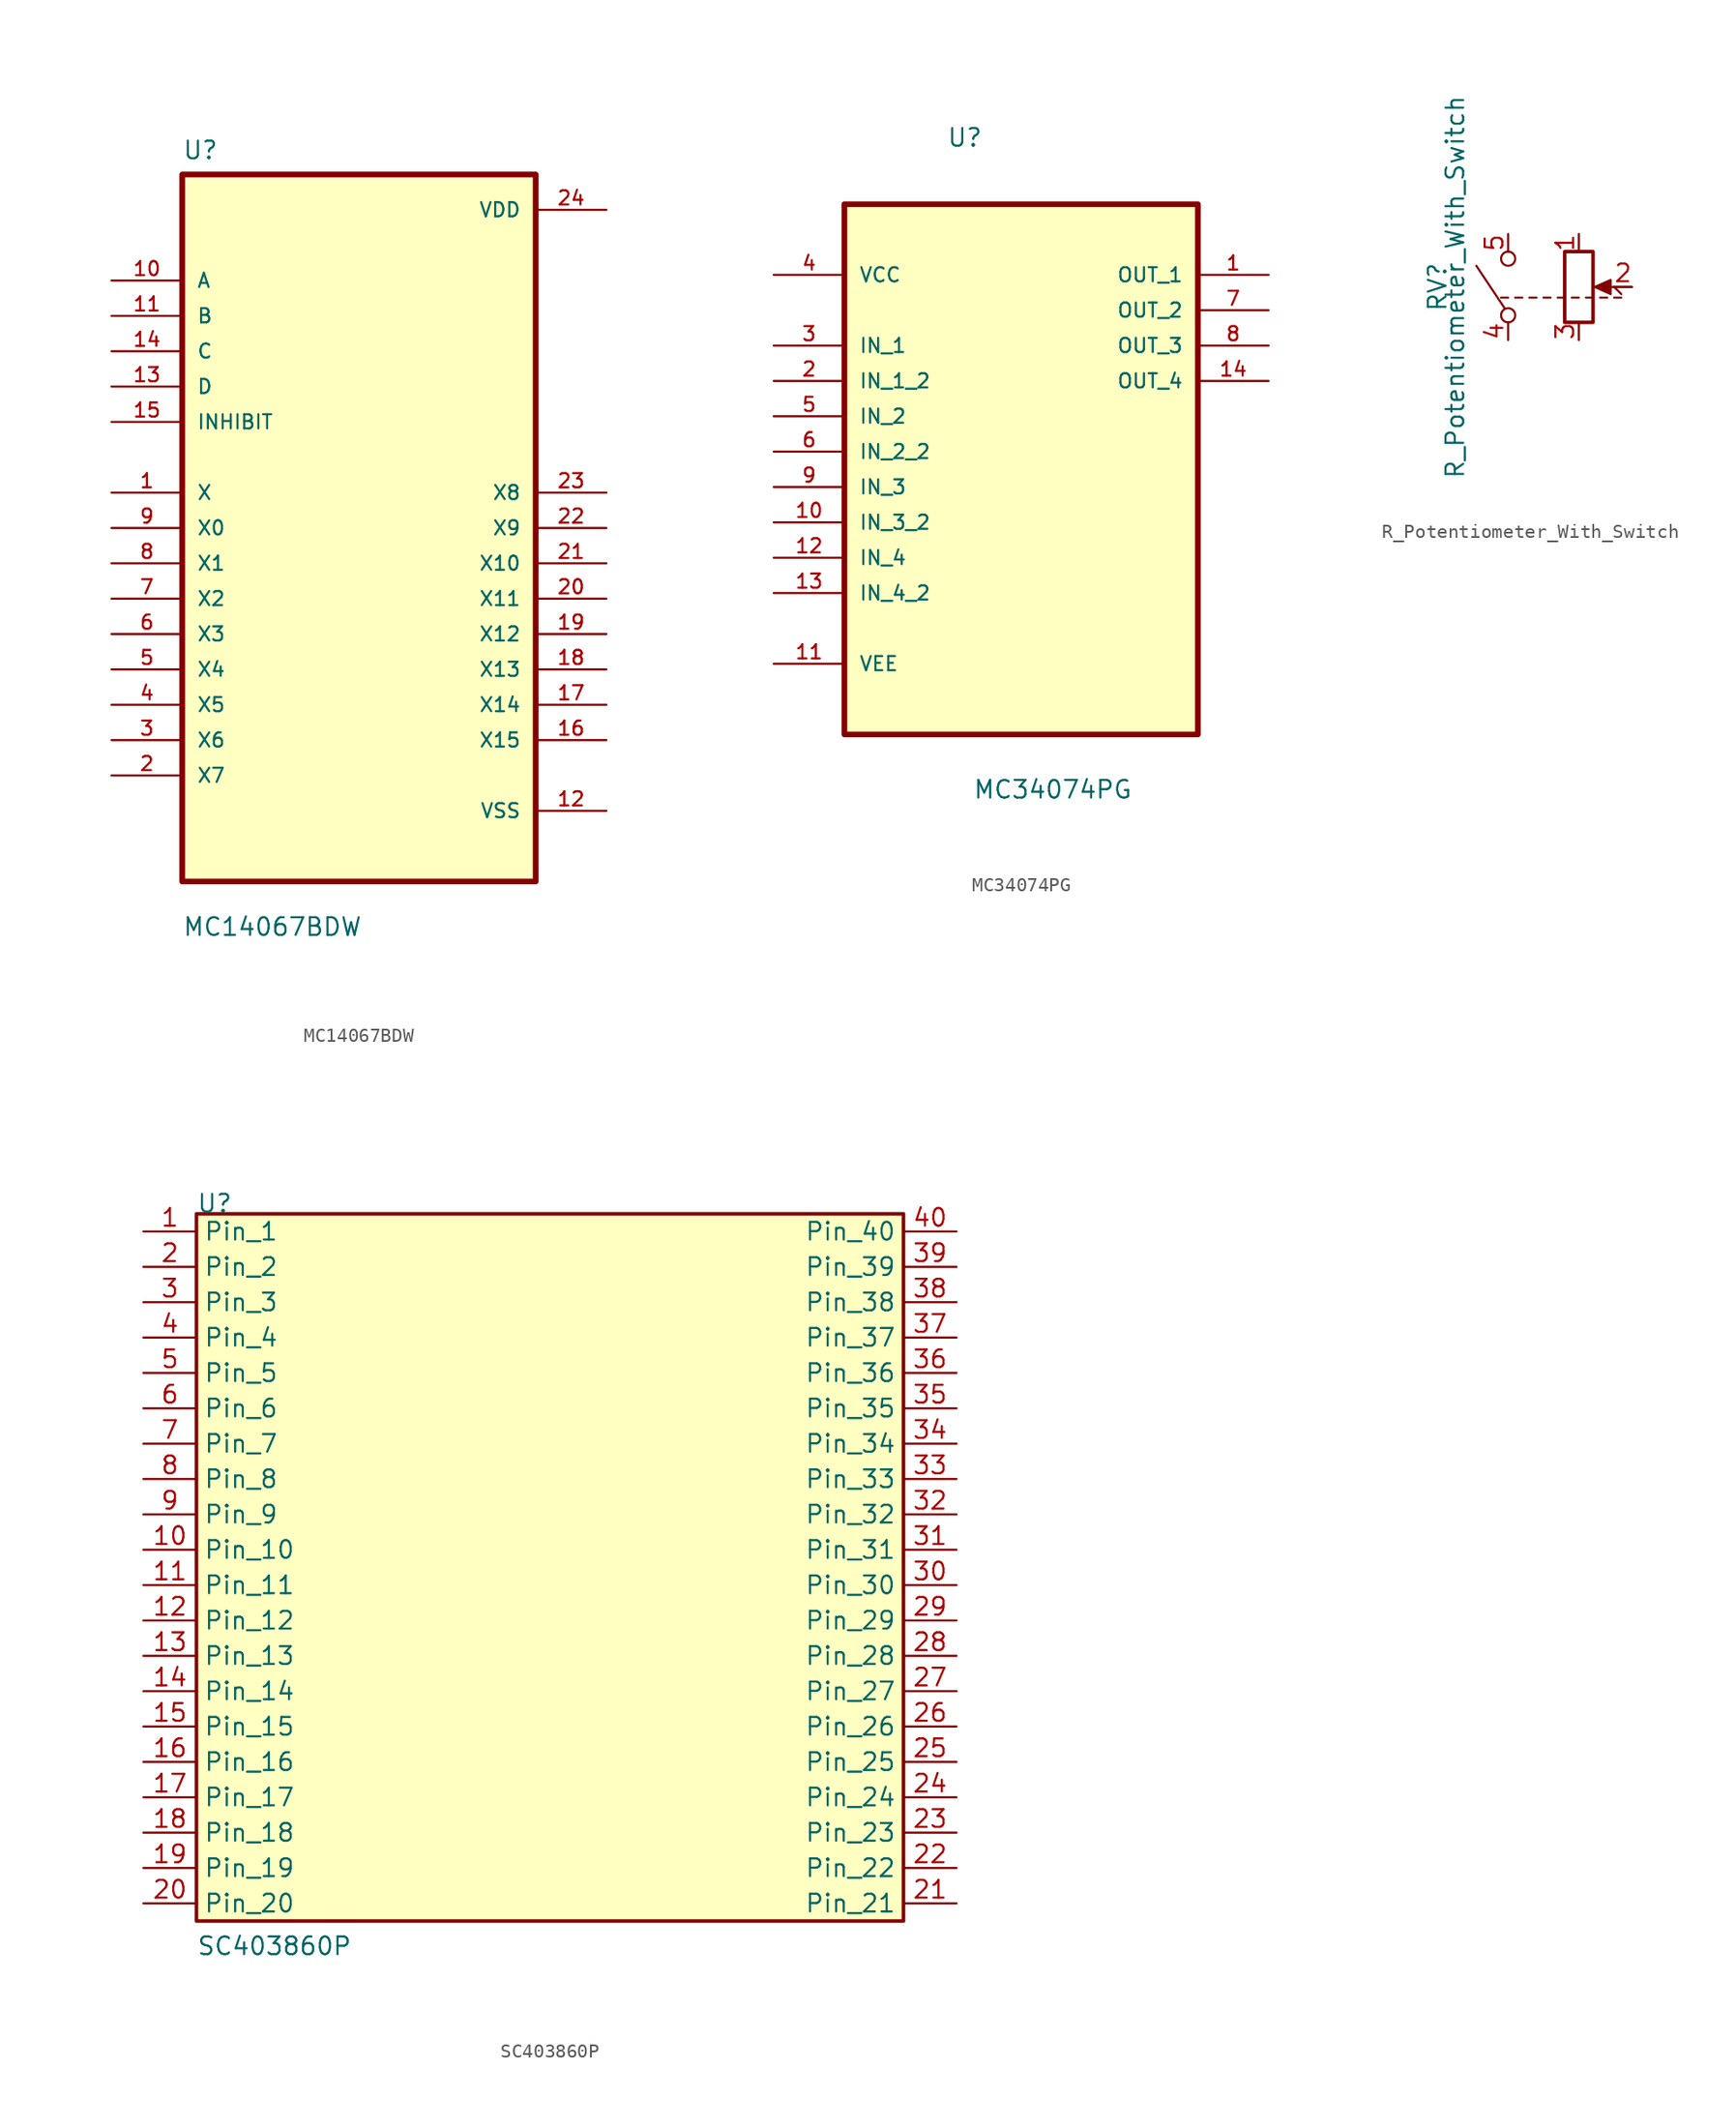
<source format=kicad_sym>
(kicad_symbol_lib
  (version 20211014)
  (generator kicad_symbol_editor)
  (symbol "MC14067BDW"
    (pin_names
      (offset 1.016))
    (property "Reference" "U"
      (at -12.7 26.4 0)
      (effects (font (size 1.27 1.27)) (justify left bottom)))
    (property "Value" "MC14067BDW"
      (at -12.7 -29.4 0)
      (effects (font (size 1.27 1.27)) (justify left bottom)))
    (symbol "MC14067BDW_0_0"
      (rectangle (start -12.7 -25.4) (end 12.7 25.4) (stroke (width 0.41) (type default) (color 0 0 0 0)) (fill (type background)))
      (pin bidirectional line (at -17.78 2.54 0) (length 5.08) (name "X" (effects (font (size 1.016 1.016)))) (number "1" (effects (font (size 1.016 1.016)))))
      (pin input line (at -17.78 17.78 0) (length 5.08) (name "A" (effects (font (size 1.016 1.016)))) (number "10" (effects (font (size 1.016 1.016)))))
      (pin input line (at -17.78 15.24 0) (length 5.08) (name "B" (effects (font (size 1.016 1.016)))) (number "11" (effects (font (size 1.016 1.016)))))
      (pin power_in line (at 17.78 -20.32 180) (length 5.08) (name "VSS" (effects (font (size 1.016 1.016)))) (number "12" (effects (font (size 1.016 1.016)))))
      (pin input line (at -17.78 10.16 0) (length 5.08) (name "D" (effects (font (size 1.016 1.016)))) (number "13" (effects (font (size 1.016 1.016)))))
      (pin input line (at -17.78 12.7 0) (length 5.08) (name "C" (effects (font (size 1.016 1.016)))) (number "14" (effects (font (size 1.016 1.016)))))
      (pin input line (at -17.78 7.62 0) (length 5.08) (name "INHIBIT" (effects (font (size 1.016 1.016)))) (number "15" (effects (font (size 1.016 1.016)))))
      (pin bidirectional line (at 17.78 -15.24 180) (length 5.08) (name "X15" (effects (font (size 1.016 1.016)))) (number "16" (effects (font (size 1.016 1.016)))))
      (pin bidirectional line (at 17.78 -12.7 180) (length 5.08) (name "X14" (effects (font (size 1.016 1.016)))) (number "17" (effects (font (size 1.016 1.016)))))
      (pin bidirectional line (at 17.78 -10.16 180) (length 5.08) (name "X13" (effects (font (size 1.016 1.016)))) (number "18" (effects (font (size 1.016 1.016)))))
      (pin bidirectional line (at 17.78 -7.62 180) (length 5.08) (name "X12" (effects (font (size 1.016 1.016)))) (number "19" (effects (font (size 1.016 1.016)))))
      (pin bidirectional line (at -17.78 -17.78 0) (length 5.08) (name "X7" (effects (font (size 1.016 1.016)))) (number "2" (effects (font (size 1.016 1.016)))))
      (pin bidirectional line (at 17.78 -5.08 180) (length 5.08) (name "X11" (effects (font (size 1.016 1.016)))) (number "20" (effects (font (size 1.016 1.016)))))
      (pin bidirectional line (at 17.78 -2.54 180) (length 5.08) (name "X10" (effects (font (size 1.016 1.016)))) (number "21" (effects (font (size 1.016 1.016)))))
      (pin bidirectional line (at 17.78 0 180) (length 5.08) (name "X9" (effects (font (size 1.016 1.016)))) (number "22" (effects (font (size 1.016 1.016)))))
      (pin bidirectional line (at 17.78 2.54 180) (length 5.08) (name "X8" (effects (font (size 1.016 1.016)))) (number "23" (effects (font (size 1.016 1.016)))))
      (pin power_in line (at 17.78 22.86 180) (length 5.08) (name "VDD" (effects (font (size 1.016 1.016)))) (number "24" (effects (font (size 1.016 1.016)))))
      (pin bidirectional line (at -17.78 -15.24 0) (length 5.08) (name "X6" (effects (font (size 1.016 1.016)))) (number "3" (effects (font (size 1.016 1.016)))))
      (pin bidirectional line (at -17.78 -12.7 0) (length 5.08) (name "X5" (effects (font (size 1.016 1.016)))) (number "4" (effects (font (size 1.016 1.016)))))
      (pin bidirectional line (at -17.78 -10.16 0) (length 5.08) (name "X4" (effects (font (size 1.016 1.016)))) (number "5" (effects (font (size 1.016 1.016)))))
      (pin bidirectional line (at -17.78 -7.62 0) (length 5.08) (name "X3" (effects (font (size 1.016 1.016)))) (number "6" (effects (font (size 1.016 1.016)))))
      (pin bidirectional line (at -17.78 -5.08 0) (length 5.08) (name "X2" (effects (font (size 1.016 1.016)))) (number "7" (effects (font (size 1.016 1.016)))))
      (pin bidirectional line (at -17.78 -2.54 0) (length 5.08) (name "X1" (effects (font (size 1.016 1.016)))) (number "8" (effects (font (size 1.016 1.016)))))
      (pin bidirectional line (at -17.78 0 0) (length 5.08) (name "X0" (effects (font (size 1.016 1.016)))) (number "9" (effects (font (size 1.016 1.016)))))))
  (symbol "MC34074PG"
    (pin_names
      (offset 1.016))
    (property "Reference" "U"
      (at -5.359 19.279 0)
      (effects (font (size 1.27 1.27)) (justify left bottom)))
    (property "Value" "MC34074PG"
      (at -3.48 -27.559 0)
      (effects (font (size 1.27 1.27)) (justify left bottom)))
    (symbol "MC34074PG_0_0"
      (rectangle (start -12.7 -22.86) (end 12.7 15.24) (stroke (width 0.406) (type default) (color 0 0 0 0)) (fill (type background)))
      (pin output line (at 17.78 10.16 180) (length 5.08) (name "OUT_1" (effects (font (size 1.016 1.016)))) (number "1" (effects (font (size 1.016 1.016)))))
      (pin input line (at -17.78 -7.62 0) (length 5.08) (name "IN_3_2" (effects (font (size 1.016 1.016)))) (number "10" (effects (font (size 1.016 1.016)))))
      (pin power_in line (at -17.78 -17.78 0) (length 5.08) (name "VEE" (effects (font (size 1.016 1.016)))) (number "11" (effects (font (size 1.016 1.016)))))
      (pin input line (at -17.78 -10.16 0) (length 5.08) (name "IN_4" (effects (font (size 1.016 1.016)))) (number "12" (effects (font (size 1.016 1.016)))))
      (pin input line (at -17.78 -12.7 0) (length 5.08) (name "IN_4_2" (effects (font (size 1.016 1.016)))) (number "13" (effects (font (size 1.016 1.016)))))
      (pin output line (at 17.78 2.54 180) (length 5.08) (name "OUT_4" (effects (font (size 1.016 1.016)))) (number "14" (effects (font (size 1.016 1.016)))))
      (pin input line (at -17.78 2.54 0) (length 5.08) (name "IN_1_2" (effects (font (size 1.016 1.016)))) (number "2" (effects (font (size 1.016 1.016)))))
      (pin input line (at -17.78 5.08 0) (length 5.08) (name "IN_1" (effects (font (size 1.016 1.016)))) (number "3" (effects (font (size 1.016 1.016)))))
      (pin power_in line (at -17.78 10.16 0) (length 5.08) (name "VCC" (effects (font (size 1.016 1.016)))) (number "4" (effects (font (size 1.016 1.016)))))
      (pin input line (at -17.78 0 0) (length 5.08) (name "IN_2" (effects (font (size 1.016 1.016)))) (number "5" (effects (font (size 1.016 1.016)))))
      (pin input line (at -17.78 -2.54 0) (length 5.08) (name "IN_2_2" (effects (font (size 1.016 1.016)))) (number "6" (effects (font (size 1.016 1.016)))))
      (pin output line (at 17.78 7.62 180) (length 5.08) (name "OUT_2" (effects (font (size 1.016 1.016)))) (number "7" (effects (font (size 1.016 1.016)))))
      (pin output line (at 17.78 5.08 180) (length 5.08) (name "OUT_3" (effects (font (size 1.016 1.016)))) (number "8" (effects (font (size 1.016 1.016)))))
      (pin input line (at -17.78 -5.08 0) (length 5.08) (name "IN_3" (effects (font (size 1.016 1.016)))) (number "9" (effects (font (size 1.016 1.016)))))))
  (symbol "R_Potentiometer_With_Switch"
    (pin_names hide)
    (property "Reference" "RV"
      (at -7.62 0 90)
      (effects (font (size 1.27 1.27))))
    (property "Value" "R_Potentiometer_With_Switch"
      (at -6.35 0 90)
      (effects (font (size 1.27 1.27))))
    (symbol "R_Potentiometer_With_Switch_0_1"
      (circle (center -2.54 -2.032) (radius 0.508) (stroke (width 0.152) (type default) (color 0 0 0 0)) (fill (type none)))
      (circle (center -2.54 2.032) (radius 0.508) (stroke (width 0.152) (type default) (color 0 0 0 0)) (fill (type none)))
      (polyline (pts (xy -2.794 -1.524) (xy -4.826 1.524)) (stroke (width 0.152) (type default) (color 0 0 0 0)) (fill (type none)))
      (polyline (pts (xy -2.54 -0.762) (xy -3.048 -0.762)) (stroke (width 0.152) (type default) (color 0 0 0 0)) (fill (type none)))
      (polyline (pts (xy -1.524 -0.762) (xy -2.032 -0.762)) (stroke (width 0.152) (type default) (color 0 0 0 0)) (fill (type none)))
      (polyline (pts (xy -0.508 -0.762) (xy -1.016 -0.762)) (stroke (width 0.152) (type default) (color 0 0 0 0)) (fill (type none)))
      (polyline (pts (xy 0.508 -0.762) (xy 0 -0.762)) (stroke (width 0.152) (type default) (color 0 0 0 0)) (fill (type none)))
      (polyline (pts (xy 1.524 -0.762) (xy 1.016 -0.762)) (stroke (width 0.152) (type default) (color 0 0 0 0)) (fill (type none)))
      (polyline (pts (xy 2.54 -0.762) (xy 2.032 -0.762)) (stroke (width 0.152) (type default) (color 0 0 0 0)) (fill (type none)))
      (polyline (pts (xy 3.556 -0.762) (xy 3.048 -0.762)) (stroke (width 0.152) (type default) (color 0 0 0 0)) (fill (type none)))
      (polyline (pts (xy 4.572 -0.762) (xy 4.064 -0.762)) (stroke (width 0.152) (type default) (color 0 0 0 0)) (fill (type none)))
      (polyline (pts (xy 5.08 0) (xy 5.588 -0.508)) (stroke (width 0.152) (type default) (color 0 0 0 0)) (fill (type none)))
      (polyline (pts (xy 5.588 -0.762) (xy 5.08 -0.762)) (stroke (width 0.152) (type default) (color 0 0 0 0)) (fill (type none)))
      (polyline (pts (xy 6.35 0) (xy 4.826 0)) (stroke (width 0) (type default) (color 0 0 0 0)) (fill (type none)))
      (polyline (pts (xy 3.683 0) (xy 4.826 0.508) (xy 4.826 -0.508) (xy 3.683 0)) (stroke (width 0) (type default) (color 0 0 0 0)) (fill (type outline)))
      (rectangle (start 3.556 2.54) (end 1.524 -2.54) (stroke (width 0.254) (type default) (color 0 0 0 0)) (fill (type none))))
    (symbol "R_Potentiometer_With_Switch_1_1"
      (pin passive line (at 2.54 3.81 270) (length 1.27) (name "1" (effects (font (size 1.27 1.27)))) (number "1" (effects (font (size 1.27 1.27)))))
      (pin passive line (at 6.35 0 180) (length 1.27) (name "2" (effects (font (size 1.27 1.27)))) (number "2" (effects (font (size 1.27 1.27)))))
      (pin passive line (at 2.54 -3.81 90) (length 1.27) (name "3" (effects (font (size 1.27 1.27)))) (number "3" (effects (font (size 1.27 1.27)))))
      (pin passive line (at -2.54 -3.81 90) (length 1.27) (name "4" (effects (font (size 1.27 1.27)))) (number "4" (effects (font (size 1.27 1.27)))))
      (pin passive line (at -2.54 3.81 270) (length 1.27) (name "5" (effects (font (size 1.27 1.27)))) (number "5" (effects (font (size 1.27 1.27)))))))
  (symbol "SC403860P"
    (property "Reference" "U"
      (at -25.4 25.4 0)
      (effects (font (size 1.27 1.27)) (justify left bottom)))
    (property "Value" "SC403860P"
      (at -25.4 -27.94 0)
      (effects (font (size 1.27 1.27)) (justify left bottom)))
    (symbol "SC403860P_1_1"
      (rectangle (start -25.4 25.4) (end 25.4 -25.4) (stroke (width 0.254) (type default) (color 0 0 0 0)) (fill (type background)))
      (pin passive line (at -29.21 24.13 0) (length 3.81) (name "Pin_1" (effects (font (size 1.27 1.27)))) (number "1" (effects (font (size 1.27 1.27)))))
      (pin passive line (at -29.21 1.27 0) (length 3.81) (name "Pin_10" (effects (font (size 1.27 1.27)))) (number "10" (effects (font (size 1.27 1.27)))))
      (pin passive line (at -29.21 -1.27 0) (length 3.81) (name "Pin_11" (effects (font (size 1.27 1.27)))) (number "11" (effects (font (size 1.27 1.27)))))
      (pin passive line (at -29.21 -3.81 0) (length 3.81) (name "Pin_12" (effects (font (size 1.27 1.27)))) (number "12" (effects (font (size 1.27 1.27)))))
      (pin passive line (at -29.21 -6.35 0) (length 3.81) (name "Pin_13" (effects (font (size 1.27 1.27)))) (number "13" (effects (font (size 1.27 1.27)))))
      (pin passive line (at -29.21 -8.89 0) (length 3.81) (name "Pin_14" (effects (font (size 1.27 1.27)))) (number "14" (effects (font (size 1.27 1.27)))))
      (pin passive line (at -29.21 -11.43 0) (length 3.81) (name "Pin_15" (effects (font (size 1.27 1.27)))) (number "15" (effects (font (size 1.27 1.27)))))
      (pin passive line (at -29.21 -13.97 0) (length 3.81) (name "Pin_16" (effects (font (size 1.27 1.27)))) (number "16" (effects (font (size 1.27 1.27)))))
      (pin passive line (at -29.21 -16.51 0) (length 3.81) (name "Pin_17" (effects (font (size 1.27 1.27)))) (number "17" (effects (font (size 1.27 1.27)))))
      (pin passive line (at -29.21 -19.05 0) (length 3.81) (name "Pin_18" (effects (font (size 1.27 1.27)))) (number "18" (effects (font (size 1.27 1.27)))))
      (pin passive line (at -29.21 -21.59 0) (length 3.81) (name "Pin_19" (effects (font (size 1.27 1.27)))) (number "19" (effects (font (size 1.27 1.27)))))
      (pin passive line (at -29.21 21.59 0) (length 3.81) (name "Pin_2" (effects (font (size 1.27 1.27)))) (number "2" (effects (font (size 1.27 1.27)))))
      (pin passive line (at -29.21 -24.13 0) (length 3.81) (name "Pin_20" (effects (font (size 1.27 1.27)))) (number "20" (effects (font (size 1.27 1.27)))))
      (pin passive line (at 29.21 -24.13 180) (length 3.81) (name "Pin_21" (effects (font (size 1.27 1.27)))) (number "21" (effects (font (size 1.27 1.27)))))
      (pin passive line (at 29.21 -21.59 180) (length 3.81) (name "Pin_22" (effects (font (size 1.27 1.27)))) (number "22" (effects (font (size 1.27 1.27)))))
      (pin passive line (at 29.21 -19.05 180) (length 3.81) (name "Pin_23" (effects (font (size 1.27 1.27)))) (number "23" (effects (font (size 1.27 1.27)))))
      (pin passive line (at 29.21 -16.51 180) (length 3.81) (name "Pin_24" (effects (font (size 1.27 1.27)))) (number "24" (effects (font (size 1.27 1.27)))))
      (pin passive line (at 29.21 -13.97 180) (length 3.81) (name "Pin_25" (effects (font (size 1.27 1.27)))) (number "25" (effects (font (size 1.27 1.27)))))
      (pin passive line (at 29.21 -11.43 180) (length 3.81) (name "Pin_26" (effects (font (size 1.27 1.27)))) (number "26" (effects (font (size 1.27 1.27)))))
      (pin passive line (at 29.21 -8.89 180) (length 3.81) (name "Pin_27" (effects (font (size 1.27 1.27)))) (number "27" (effects (font (size 1.27 1.27)))))
      (pin passive line (at 29.21 -6.35 180) (length 3.81) (name "Pin_28" (effects (font (size 1.27 1.27)))) (number "28" (effects (font (size 1.27 1.27)))))
      (pin passive line (at 29.21 -3.81 180) (length 3.81) (name "Pin_29" (effects (font (size 1.27 1.27)))) (number "29" (effects (font (size 1.27 1.27)))))
      (pin passive line (at -29.21 19.05 0) (length 3.81) (name "Pin_3" (effects (font (size 1.27 1.27)))) (number "3" (effects (font (size 1.27 1.27)))))
      (pin passive line (at 29.21 -1.27 180) (length 3.81) (name "Pin_30" (effects (font (size 1.27 1.27)))) (number "30" (effects (font (size 1.27 1.27)))))
      (pin passive line (at 29.21 1.27 180) (length 3.81) (name "Pin_31" (effects (font (size 1.27 1.27)))) (number "31" (effects (font (size 1.27 1.27)))))
      (pin passive line (at 29.21 3.81 180) (length 3.81) (name "Pin_32" (effects (font (size 1.27 1.27)))) (number "32" (effects (font (size 1.27 1.27)))))
      (pin passive line (at 29.21 6.35 180) (length 3.81) (name "Pin_33" (effects (font (size 1.27 1.27)))) (number "33" (effects (font (size 1.27 1.27)))))
      (pin passive line (at 29.21 8.89 180) (length 3.81) (name "Pin_34" (effects (font (size 1.27 1.27)))) (number "34" (effects (font (size 1.27 1.27)))))
      (pin passive line (at 29.21 11.43 180) (length 3.81) (name "Pin_35" (effects (font (size 1.27 1.27)))) (number "35" (effects (font (size 1.27 1.27)))))
      (pin passive line (at 29.21 13.97 180) (length 3.81) (name "Pin_36" (effects (font (size 1.27 1.27)))) (number "36" (effects (font (size 1.27 1.27)))))
      (pin passive line (at 29.21 16.51 180) (length 3.81) (name "Pin_37" (effects (font (size 1.27 1.27)))) (number "37" (effects (font (size 1.27 1.27)))))
      (pin passive line (at 29.21 19.05 180) (length 3.81) (name "Pin_38" (effects (font (size 1.27 1.27)))) (number "38" (effects (font (size 1.27 1.27)))))
      (pin passive line (at 29.21 21.59 180) (length 3.81) (name "Pin_39" (effects (font (size 1.27 1.27)))) (number "39" (effects (font (size 1.27 1.27)))))
      (pin passive line (at -29.21 16.51 0) (length 3.81) (name "Pin_4" (effects (font (size 1.27 1.27)))) (number "4" (effects (font (size 1.27 1.27)))))
      (pin passive line (at 29.21 24.13 180) (length 3.81) (name "Pin_40" (effects (font (size 1.27 1.27)))) (number "40" (effects (font (size 1.27 1.27)))))
      (pin passive line (at -29.21 13.97 0) (length 3.81) (name "Pin_5" (effects (font (size 1.27 1.27)))) (number "5" (effects (font (size 1.27 1.27)))))
      (pin passive line (at -29.21 11.43 0) (length 3.81) (name "Pin_6" (effects (font (size 1.27 1.27)))) (number "6" (effects (font (size 1.27 1.27)))))
      (pin passive line (at -29.21 8.89 0) (length 3.81) (name "Pin_7" (effects (font (size 1.27 1.27)))) (number "7" (effects (font (size 1.27 1.27)))))
      (pin passive line (at -29.21 6.35 0) (length 3.81) (name "Pin_8" (effects (font (size 1.27 1.27)))) (number "8" (effects (font (size 1.27 1.27)))))
      (pin passive line (at -29.21 3.81 0) (length 3.81) (name "Pin_9" (effects (font (size 1.27 1.27)))) (number "9" (effects (font (size 1.27 1.27))))))))
</source>
